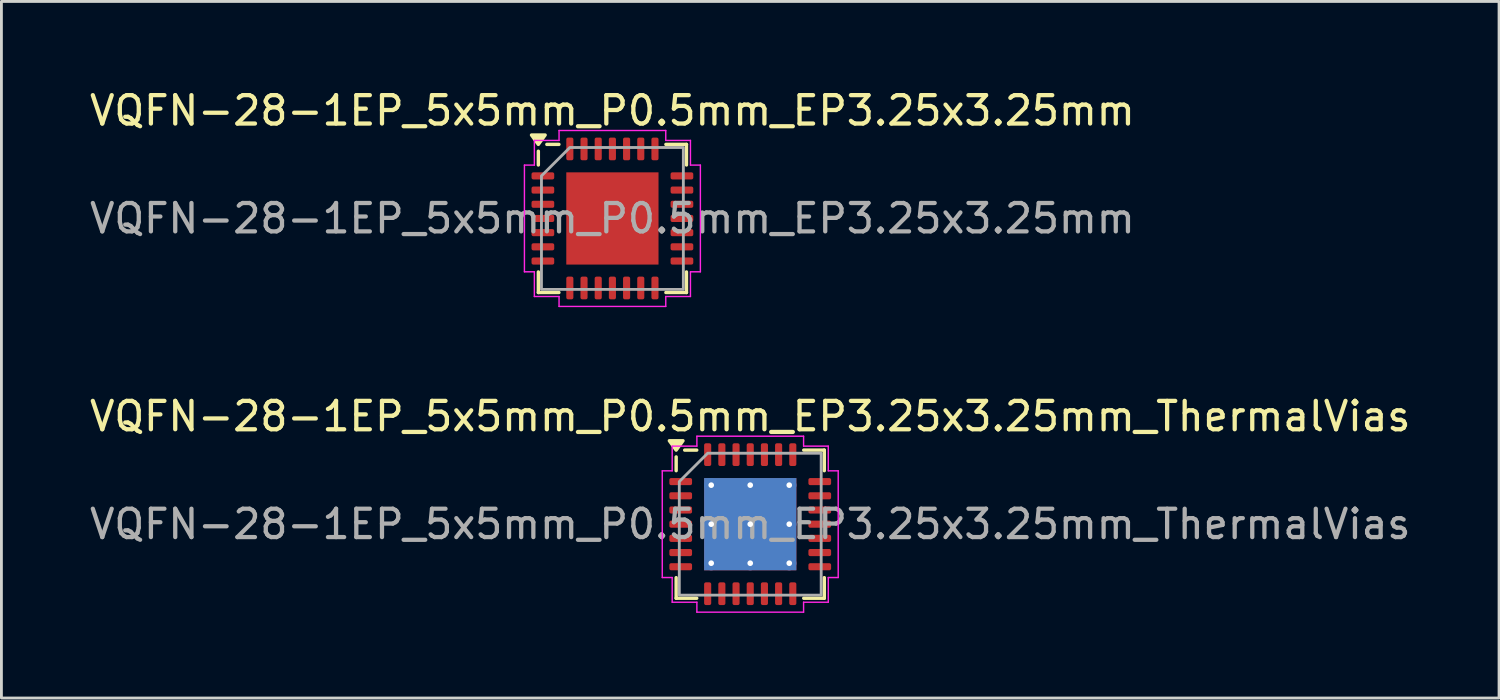
<source format=kicad_pcb>
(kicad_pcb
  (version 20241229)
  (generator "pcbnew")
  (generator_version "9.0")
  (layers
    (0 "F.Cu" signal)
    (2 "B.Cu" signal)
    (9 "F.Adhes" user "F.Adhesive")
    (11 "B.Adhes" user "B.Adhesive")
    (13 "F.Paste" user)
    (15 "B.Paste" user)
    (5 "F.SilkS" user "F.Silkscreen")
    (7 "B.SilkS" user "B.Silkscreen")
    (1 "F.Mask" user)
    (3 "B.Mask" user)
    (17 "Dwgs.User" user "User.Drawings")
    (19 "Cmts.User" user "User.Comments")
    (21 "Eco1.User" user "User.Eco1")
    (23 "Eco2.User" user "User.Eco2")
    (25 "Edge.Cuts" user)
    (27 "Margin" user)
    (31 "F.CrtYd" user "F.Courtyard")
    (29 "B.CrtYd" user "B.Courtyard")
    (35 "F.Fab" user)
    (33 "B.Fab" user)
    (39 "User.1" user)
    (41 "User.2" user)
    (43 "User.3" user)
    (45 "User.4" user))
  (footprint "VQFN-28-1EP_5x5mm_P0.5mm_EP3.25x3.25mm_ThermalVias"
    (layer "F.Cu")
    (at 23.387 15.421)
    (property "Reference" "VQFN-28-1EP_5x5mm_P0.5mm_EP3.25x3.25mm_ThermalVias" (at 0 -3.8 0) (layer "F.SilkS") (effects (font (size 1 1) (thickness 0.15))))
    (attr smd)
    (fp_line (start -2.61 -1.885) (end -2.61 -2.37) (stroke (width 0.12) (type solid)) (layer "F.SilkS"))
    (fp_line (start -2.61 2.61) (end -2.61 1.885) (stroke (width 0.12) (type solid)) (layer "F.SilkS"))
    (fp_line (start -1.885 -2.61) (end -2.31 -2.61) (stroke (width 0.12) (type solid)) (layer "F.SilkS"))
    (fp_line (start -1.885 2.61) (end -2.61 2.61) (stroke (width 0.12) (type solid)) (layer "F.SilkS"))
    (fp_line (start 1.885 -2.61) (end 2.61 -2.61) (stroke (width 0.12) (type solid)) (layer "F.SilkS"))
    (fp_line (start 1.885 2.61) (end 2.61 2.61) (stroke (width 0.12) (type solid)) (layer "F.SilkS"))
    (fp_line (start 2.61 -2.61) (end 2.61 -1.885) (stroke (width 0.12) (type solid)) (layer "F.SilkS"))
    (fp_line (start 2.61 2.61) (end 2.61 1.885) (stroke (width 0.12) (type solid)) (layer "F.SilkS"))
    (fp_poly (pts (xy -2.61 -2.61) (xy -2.85 -2.94) (xy -2.37 -2.94)) (stroke (width 0.12) (type solid)) (fill yes) (layer "F.SilkS"))
    (fp_line (start -3.1 -1.88) (end -2.75 -1.88) (stroke (width 0.05) (type solid)) (layer "F.CrtYd"))
    (fp_line (start -3.1 1.88) (end -3.1 -1.88) (stroke (width 0.05) (type solid)) (layer "F.CrtYd"))
    (fp_line (start -2.75 -2.75) (end -1.88 -2.75) (stroke (width 0.05) (type solid)) (layer "F.CrtYd"))
    (fp_line (start -2.75 -1.88) (end -2.75 -2.75) (stroke (width 0.05) (type solid)) (layer "F.CrtYd"))
    (fp_line (start -2.75 1.88) (end -3.1 1.88) (stroke (width 0.05) (type solid)) (layer "F.CrtYd"))
    (fp_line (start -2.75 2.75) (end -2.75 1.88) (stroke (width 0.05) (type solid)) (layer "F.CrtYd"))
    (fp_line (start -1.88 -3.1) (end 1.88 -3.1) (stroke (width 0.05) (type solid)) (layer "F.CrtYd"))
    (fp_line (start -1.88 -2.75) (end -1.88 -3.1) (stroke (width 0.05) (type solid)) (layer "F.CrtYd"))
    (fp_line (start -1.88 2.75) (end -2.75 2.75) (stroke (width 0.05) (type solid)) (layer "F.CrtYd"))
    (fp_line (start -1.88 3.1) (end -1.88 2.75) (stroke (width 0.05) (type solid)) (layer "F.CrtYd"))
    (fp_line (start 1.88 -3.1) (end 1.88 -2.75) (stroke (width 0.05) (type solid)) (layer "F.CrtYd"))
    (fp_line (start 1.88 -2.75) (end 2.75 -2.75) (stroke (width 0.05) (type solid)) (layer "F.CrtYd"))
    (fp_line (start 1.88 2.75) (end 1.88 3.1) (stroke (width 0.05) (type solid)) (layer "F.CrtYd"))
    (fp_line (start 1.88 3.1) (end -1.88 3.1) (stroke (width 0.05) (type solid)) (layer "F.CrtYd"))
    (fp_line (start 2.75 -2.75) (end 2.75 -1.88) (stroke (width 0.05) (type solid)) (layer "F.CrtYd"))
    (fp_line (start 2.75 -1.88) (end 3.1 -1.88) (stroke (width 0.05) (type solid)) (layer "F.CrtYd"))
    (fp_line (start 2.75 1.88) (end 2.75 2.75) (stroke (width 0.05) (type solid)) (layer "F.CrtYd"))
    (fp_line (start 2.75 2.75) (end 1.88 2.75) (stroke (width 0.05) (type solid)) (layer "F.CrtYd"))
    (fp_line (start 3.1 -1.88) (end 3.1 1.88) (stroke (width 0.05) (type solid)) (layer "F.CrtYd"))
    (fp_line (start 3.1 1.88) (end 2.75 1.88) (stroke (width 0.05) (type solid)) (layer "F.CrtYd"))
    (fp_poly (pts (xy -2.5 -1.5) (xy -2.5 2.5) (xy 2.5 2.5) (xy 2.5 -2.5) (xy -1.5 -2.5)) (stroke (width 0.1) (type solid)) (fill no) (layer "F.Fab"))
    (fp_text user "${REFERENCE}" (at 0 0 0) (layer "F.Fab") (effects (font (size 1 1) (thickness 0.15))))
    (pad "" smd roundrect (at -0.81 -0.81) (size 1.31 1.31) (layers "F.Paste") (roundrect_rratio 0.191))
    (pad "" smd roundrect (at -0.81 0.81) (size 1.31 1.31) (layers "F.Paste") (roundrect_rratio 0.191))
    (pad "" smd roundrect (at 0.81 -0.81) (size 1.31 1.31) (layers "F.Paste") (roundrect_rratio 0.191))
    (pad "" smd roundrect (at 0.81 0.81) (size 1.31 1.31) (layers "F.Paste") (roundrect_rratio 0.191))
    (pad "1" smd roundrect (at -2.45 -1.5) (size 0.8 0.25) (layers "F.Cu" "F.Mask" "F.Paste") (roundrect_rratio 0.25))
    (pad "2" smd roundrect (at -2.45 -1) (size 0.8 0.25) (layers "F.Cu" "F.Mask" "F.Paste") (roundrect_rratio 0.25))
    (pad "3" smd roundrect (at -2.45 -0.5) (size 0.8 0.25) (layers "F.Cu" "F.Mask" "F.Paste") (roundrect_rratio 0.25))
    (pad "4" smd roundrect (at -2.45 0) (size 0.8 0.25) (layers "F.Cu" "F.Mask" "F.Paste") (roundrect_rratio 0.25))
    (pad "5" smd roundrect (at -2.45 0.5) (size 0.8 0.25) (layers "F.Cu" "F.Mask" "F.Paste") (roundrect_rratio 0.25))
    (pad "6" smd roundrect (at -2.45 1) (size 0.8 0.25) (layers "F.Cu" "F.Mask" "F.Paste") (roundrect_rratio 0.25))
    (pad "7" smd roundrect (at -2.45 1.5) (size 0.8 0.25) (layers "F.Cu" "F.Mask" "F.Paste") (roundrect_rratio 0.25))
    (pad "8" smd roundrect (at -1.5 2.45) (size 0.25 0.8) (layers "F.Cu" "F.Mask" "F.Paste") (roundrect_rratio 0.25))
    (pad "9" smd roundrect (at -1 2.45) (size 0.25 0.8) (layers "F.Cu" "F.Mask" "F.Paste") (roundrect_rratio 0.25))
    (pad "10" smd roundrect (at -0.5 2.45) (size 0.25 0.8) (layers "F.Cu" "F.Mask" "F.Paste") (roundrect_rratio 0.25))
    (pad "11" smd roundrect (at 0 2.45) (size 0.25 0.8) (layers "F.Cu" "F.Mask" "F.Paste") (roundrect_rratio 0.25))
    (pad "12" smd roundrect (at 0.5 2.45) (size 0.25 0.8) (layers "F.Cu" "F.Mask" "F.Paste") (roundrect_rratio 0.25))
    (pad "13" smd roundrect (at 1 2.45) (size 0.25 0.8) (layers "F.Cu" "F.Mask" "F.Paste") (roundrect_rratio 0.25))
    (pad "14" smd roundrect (at 1.5 2.45) (size 0.25 0.8) (layers "F.Cu" "F.Mask" "F.Paste") (roundrect_rratio 0.25))
    (pad "15" smd roundrect (at 2.45 1.5) (size 0.8 0.25) (layers "F.Cu" "F.Mask" "F.Paste") (roundrect_rratio 0.25))
    (pad "16" smd roundrect (at 2.45 1) (size 0.8 0.25) (layers "F.Cu" "F.Mask" "F.Paste") (roundrect_rratio 0.25))
    (pad "17" smd roundrect (at 2.45 0.5) (size 0.8 0.25) (layers "F.Cu" "F.Mask" "F.Paste") (roundrect_rratio 0.25))
    (pad "18" smd roundrect (at 2.45 0) (size 0.8 0.25) (layers "F.Cu" "F.Mask" "F.Paste") (roundrect_rratio 0.25))
    (pad "19" smd roundrect (at 2.45 -0.5) (size 0.8 0.25) (layers "F.Cu" "F.Mask" "F.Paste") (roundrect_rratio 0.25))
    (pad "20" smd roundrect (at 2.45 -1) (size 0.8 0.25) (layers "F.Cu" "F.Mask" "F.Paste") (roundrect_rratio 0.25))
    (pad "21" smd roundrect (at 2.45 -1.5) (size 0.8 0.25) (layers "F.Cu" "F.Mask" "F.Paste") (roundrect_rratio 0.25))
    (pad "22" smd roundrect (at 1.5 -2.45) (size 0.25 0.8) (layers "F.Cu" "F.Mask" "F.Paste") (roundrect_rratio 0.25))
    (pad "23" smd roundrect (at 1 -2.45) (size 0.25 0.8) (layers "F.Cu" "F.Mask" "F.Paste") (roundrect_rratio 0.25))
    (pad "24" smd roundrect (at 0.5 -2.45) (size 0.25 0.8) (layers "F.Cu" "F.Mask" "F.Paste") (roundrect_rratio 0.25))
    (pad "25" smd roundrect (at 0 -2.45) (size 0.25 0.8) (layers "F.Cu" "F.Mask" "F.Paste") (roundrect_rratio 0.25))
    (pad "26" smd roundrect (at -0.5 -2.45) (size 0.25 0.8) (layers "F.Cu" "F.Mask" "F.Paste") (roundrect_rratio 0.25))
    (pad "27" smd roundrect (at -1 -2.45) (size 0.25 0.8) (layers "F.Cu" "F.Mask" "F.Paste") (roundrect_rratio 0.25))
    (pad "28" smd roundrect (at -1.5 -2.45) (size 0.25 0.8) (layers "F.Cu" "F.Mask" "F.Paste") (roundrect_rratio 0.25))
    (pad "29" thru_hole circle (at -1.375 -1.375) (size 0.5 0.5) (drill 0.2) (property pad_prop_heatsink) (layers "*.Cu"))
    (pad "29" thru_hole circle (at -1.375 0) (size 0.5 0.5) (drill 0.2) (property pad_prop_heatsink) (layers "*.Cu"))
    (pad "29" thru_hole circle (at -1.375 1.375) (size 0.5 0.5) (drill 0.2) (property pad_prop_heatsink) (layers "*.Cu"))
    (pad "29" thru_hole circle (at 0 -1.375) (size 0.5 0.5) (drill 0.2) (property pad_prop_heatsink) (layers "*.Cu"))
    (pad "29" thru_hole circle (at 0 0) (size 0.5 0.5) (drill 0.2) (property pad_prop_heatsink) (layers "*.Cu"))
    (pad "29" smd rect (at 0 0) (size 3.25 3.25) (property pad_prop_heatsink) (layers "F.Cu" "F.Mask"))
    (pad "29" smd rect (at 0 0) (size 3.25 3.25) (property pad_prop_heatsink) (layers "B.Cu"))
    (pad "29" thru_hole circle (at 0 1.375) (size 0.5 0.5) (drill 0.2) (property pad_prop_heatsink) (layers "*.Cu"))
    (pad "29" thru_hole circle (at 1.375 -1.375) (size 0.5 0.5) (drill 0.2) (property pad_prop_heatsink) (layers "*.Cu"))
    (pad "29" thru_hole circle (at 1.375 0) (size 0.5 0.5) (drill 0.2) (property pad_prop_heatsink) (layers "*.Cu"))
    (pad "29" thru_hole circle (at 1.375 1.375) (size 0.5 0.5) (drill 0.2) (property pad_prop_heatsink) (layers "*.Cu")))
  (footprint "VQFN-28-1EP_5x5mm_P0.5mm_EP3.25x3.25mm"
    (layer "F.Cu")
    (at 18.53 4.648)
    (property "Reference" "VQFN-28-1EP_5x5mm_P0.5mm_EP3.25x3.25mm" (at 0 -3.8 0) (layer "F.SilkS") (effects (font (size 1 1) (thickness 0.15))))
    (attr smd)
    (fp_line (start -2.61 -1.885) (end -2.61 -2.37) (stroke (width 0.12) (type solid)) (layer "F.SilkS"))
    (fp_line (start -2.61 2.61) (end -2.61 1.885) (stroke (width 0.12) (type solid)) (layer "F.SilkS"))
    (fp_line (start -1.885 -2.61) (end -2.31 -2.61) (stroke (width 0.12) (type solid)) (layer "F.SilkS"))
    (fp_line (start -1.885 2.61) (end -2.61 2.61) (stroke (width 0.12) (type solid)) (layer "F.SilkS"))
    (fp_line (start 1.885 -2.61) (end 2.61 -2.61) (stroke (width 0.12) (type solid)) (layer "F.SilkS"))
    (fp_line (start 1.885 2.61) (end 2.61 2.61) (stroke (width 0.12) (type solid)) (layer "F.SilkS"))
    (fp_line (start 2.61 -2.61) (end 2.61 -1.885) (stroke (width 0.12) (type solid)) (layer "F.SilkS"))
    (fp_line (start 2.61 2.61) (end 2.61 1.885) (stroke (width 0.12) (type solid)) (layer "F.SilkS"))
    (fp_poly (pts (xy -2.61 -2.61) (xy -2.85 -2.94) (xy -2.37 -2.94)) (stroke (width 0.12) (type solid)) (fill yes) (layer "F.SilkS"))
    (fp_line (start -3.1 -1.88) (end -2.75 -1.88) (stroke (width 0.05) (type solid)) (layer "F.CrtYd"))
    (fp_line (start -3.1 1.88) (end -3.1 -1.88) (stroke (width 0.05) (type solid)) (layer "F.CrtYd"))
    (fp_line (start -2.75 -2.75) (end -1.88 -2.75) (stroke (width 0.05) (type solid)) (layer "F.CrtYd"))
    (fp_line (start -2.75 -1.88) (end -2.75 -2.75) (stroke (width 0.05) (type solid)) (layer "F.CrtYd"))
    (fp_line (start -2.75 1.88) (end -3.1 1.88) (stroke (width 0.05) (type solid)) (layer "F.CrtYd"))
    (fp_line (start -2.75 2.75) (end -2.75 1.88) (stroke (width 0.05) (type solid)) (layer "F.CrtYd"))
    (fp_line (start -1.88 -3.1) (end 1.88 -3.1) (stroke (width 0.05) (type solid)) (layer "F.CrtYd"))
    (fp_line (start -1.88 -2.75) (end -1.88 -3.1) (stroke (width 0.05) (type solid)) (layer "F.CrtYd"))
    (fp_line (start -1.88 2.75) (end -2.75 2.75) (stroke (width 0.05) (type solid)) (layer "F.CrtYd"))
    (fp_line (start -1.88 3.1) (end -1.88 2.75) (stroke (width 0.05) (type solid)) (layer "F.CrtYd"))
    (fp_line (start 1.88 -3.1) (end 1.88 -2.75) (stroke (width 0.05) (type solid)) (layer "F.CrtYd"))
    (fp_line (start 1.88 -2.75) (end 2.75 -2.75) (stroke (width 0.05) (type solid)) (layer "F.CrtYd"))
    (fp_line (start 1.88 2.75) (end 1.88 3.1) (stroke (width 0.05) (type solid)) (layer "F.CrtYd"))
    (fp_line (start 1.88 3.1) (end -1.88 3.1) (stroke (width 0.05) (type solid)) (layer "F.CrtYd"))
    (fp_line (start 2.75 -2.75) (end 2.75 -1.88) (stroke (width 0.05) (type solid)) (layer "F.CrtYd"))
    (fp_line (start 2.75 -1.88) (end 3.1 -1.88) (stroke (width 0.05) (type solid)) (layer "F.CrtYd"))
    (fp_line (start 2.75 1.88) (end 2.75 2.75) (stroke (width 0.05) (type solid)) (layer "F.CrtYd"))
    (fp_line (start 2.75 2.75) (end 1.88 2.75) (stroke (width 0.05) (type solid)) (layer "F.CrtYd"))
    (fp_line (start 3.1 -1.88) (end 3.1 1.88) (stroke (width 0.05) (type solid)) (layer "F.CrtYd"))
    (fp_line (start 3.1 1.88) (end 2.75 1.88) (stroke (width 0.05) (type solid)) (layer "F.CrtYd"))
    (fp_poly (pts (xy -2.5 -1.5) (xy -2.5 2.5) (xy 2.5 2.5) (xy 2.5 -2.5) (xy -1.5 -2.5)) (stroke (width 0.1) (type solid)) (fill no) (layer "F.Fab"))
    (fp_text user "${REFERENCE}" (at 0 0 0) (layer "F.Fab") (effects (font (size 1 1) (thickness 0.15))))
    (pad "" smd roundrect (at -0.81 -0.81) (size 1.31 1.31) (layers "F.Paste") (roundrect_rratio 0.191))
    (pad "" smd roundrect (at -0.81 0.81) (size 1.31 1.31) (layers "F.Paste") (roundrect_rratio 0.191))
    (pad "" smd roundrect (at 0.81 -0.81) (size 1.31 1.31) (layers "F.Paste") (roundrect_rratio 0.191))
    (pad "" smd roundrect (at 0.81 0.81) (size 1.31 1.31) (layers "F.Paste") (roundrect_rratio 0.191))
    (pad "1" smd roundrect (at -2.45 -1.5) (size 0.8 0.25) (layers "F.Cu" "F.Mask" "F.Paste") (roundrect_rratio 0.25))
    (pad "2" smd roundrect (at -2.45 -1) (size 0.8 0.25) (layers "F.Cu" "F.Mask" "F.Paste") (roundrect_rratio 0.25))
    (pad "3" smd roundrect (at -2.45 -0.5) (size 0.8 0.25) (layers "F.Cu" "F.Mask" "F.Paste") (roundrect_rratio 0.25))
    (pad "4" smd roundrect (at -2.45 0) (size 0.8 0.25) (layers "F.Cu" "F.Mask" "F.Paste") (roundrect_rratio 0.25))
    (pad "5" smd roundrect (at -2.45 0.5) (size 0.8 0.25) (layers "F.Cu" "F.Mask" "F.Paste") (roundrect_rratio 0.25))
    (pad "6" smd roundrect (at -2.45 1) (size 0.8 0.25) (layers "F.Cu" "F.Mask" "F.Paste") (roundrect_rratio 0.25))
    (pad "7" smd roundrect (at -2.45 1.5) (size 0.8 0.25) (layers "F.Cu" "F.Mask" "F.Paste") (roundrect_rratio 0.25))
    (pad "8" smd roundrect (at -1.5 2.45) (size 0.25 0.8) (layers "F.Cu" "F.Mask" "F.Paste") (roundrect_rratio 0.25))
    (pad "9" smd roundrect (at -1 2.45) (size 0.25 0.8) (layers "F.Cu" "F.Mask" "F.Paste") (roundrect_rratio 0.25))
    (pad "10" smd roundrect (at -0.5 2.45) (size 0.25 0.8) (layers "F.Cu" "F.Mask" "F.Paste") (roundrect_rratio 0.25))
    (pad "11" smd roundrect (at 0 2.45) (size 0.25 0.8) (layers "F.Cu" "F.Mask" "F.Paste") (roundrect_rratio 0.25))
    (pad "12" smd roundrect (at 0.5 2.45) (size 0.25 0.8) (layers "F.Cu" "F.Mask" "F.Paste") (roundrect_rratio 0.25))
    (pad "13" smd roundrect (at 1 2.45) (size 0.25 0.8) (layers "F.Cu" "F.Mask" "F.Paste") (roundrect_rratio 0.25))
    (pad "14" smd roundrect (at 1.5 2.45) (size 0.25 0.8) (layers "F.Cu" "F.Mask" "F.Paste") (roundrect_rratio 0.25))
    (pad "15" smd roundrect (at 2.45 1.5) (size 0.8 0.25) (layers "F.Cu" "F.Mask" "F.Paste") (roundrect_rratio 0.25))
    (pad "16" smd roundrect (at 2.45 1) (size 0.8 0.25) (layers "F.Cu" "F.Mask" "F.Paste") (roundrect_rratio 0.25))
    (pad "17" smd roundrect (at 2.45 0.5) (size 0.8 0.25) (layers "F.Cu" "F.Mask" "F.Paste") (roundrect_rratio 0.25))
    (pad "18" smd roundrect (at 2.45 0) (size 0.8 0.25) (layers "F.Cu" "F.Mask" "F.Paste") (roundrect_rratio 0.25))
    (pad "19" smd roundrect (at 2.45 -0.5) (size 0.8 0.25) (layers "F.Cu" "F.Mask" "F.Paste") (roundrect_rratio 0.25))
    (pad "20" smd roundrect (at 2.45 -1) (size 0.8 0.25) (layers "F.Cu" "F.Mask" "F.Paste") (roundrect_rratio 0.25))
    (pad "21" smd roundrect (at 2.45 -1.5) (size 0.8 0.25) (layers "F.Cu" "F.Mask" "F.Paste") (roundrect_rratio 0.25))
    (pad "22" smd roundrect (at 1.5 -2.45) (size 0.25 0.8) (layers "F.Cu" "F.Mask" "F.Paste") (roundrect_rratio 0.25))
    (pad "23" smd roundrect (at 1 -2.45) (size 0.25 0.8) (layers "F.Cu" "F.Mask" "F.Paste") (roundrect_rratio 0.25))
    (pad "24" smd roundrect (at 0.5 -2.45) (size 0.25 0.8) (layers "F.Cu" "F.Mask" "F.Paste") (roundrect_rratio 0.25))
    (pad "25" smd roundrect (at 0 -2.45) (size 0.25 0.8) (layers "F.Cu" "F.Mask" "F.Paste") (roundrect_rratio 0.25))
    (pad "26" smd roundrect (at -0.5 -2.45) (size 0.25 0.8) (layers "F.Cu" "F.Mask" "F.Paste") (roundrect_rratio 0.25))
    (pad "27" smd roundrect (at -1 -2.45) (size 0.25 0.8) (layers "F.Cu" "F.Mask" "F.Paste") (roundrect_rratio 0.25))
    (pad "28" smd roundrect (at -1.5 -2.45) (size 0.25 0.8) (layers "F.Cu" "F.Mask" "F.Paste") (roundrect_rratio 0.25))
    (pad "29" smd rect (at 0 0) (size 3.25 3.25) (property pad_prop_heatsink) (layers "F.Cu" "F.Mask")))
  (gr_rect
    (start -3 -3)
    (end 49.774 21.547)
    (stroke (width 0.1) (type default))
    (fill no)
    (layer "Edge.Cuts")))
</source>
